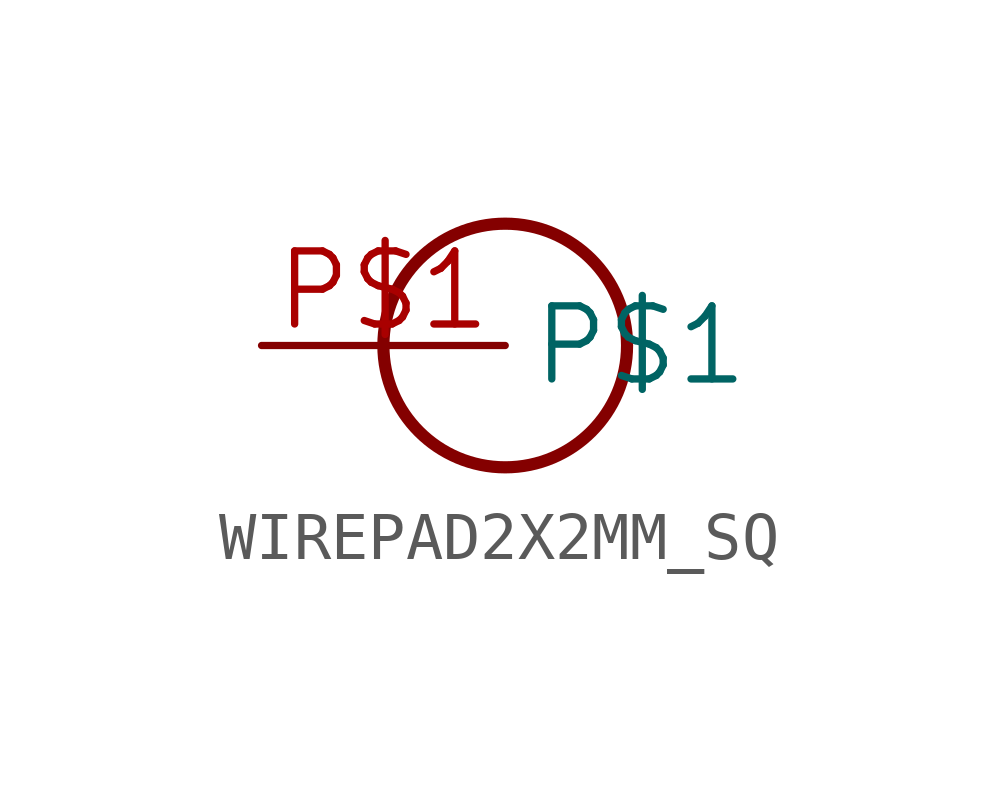
<source format=kicad_sym>
(kicad_symbol_lib
  (version 20241209)
  (generator "kicad_symbol_editor")
  (generator_version "9.0")
  (symbol "WIREPAD2X2MM_SQ"
    (property "Reference" ""
      (at 0 0 0)
      (effects (font (size 1.27 1.27)) (hide yes)))
    (property "ki_locked" ""
      (at 0 0 0)
      (effects (font (size 1.27 1.27))))
    (symbol "WIREPAD2X2MM_SQ_1_0"
      (circle (center 5.08 0) (radius 2.54) (stroke (width 0.254) (type solid)) (fill (type none)))
      (pin bidirectional line (at 0 0 0) (length 5.08) (name "P$1" (effects (font (size 1.524 1.524)))) (number "P$1" (effects (font (size 1.524 1.524))))))))
</source>
